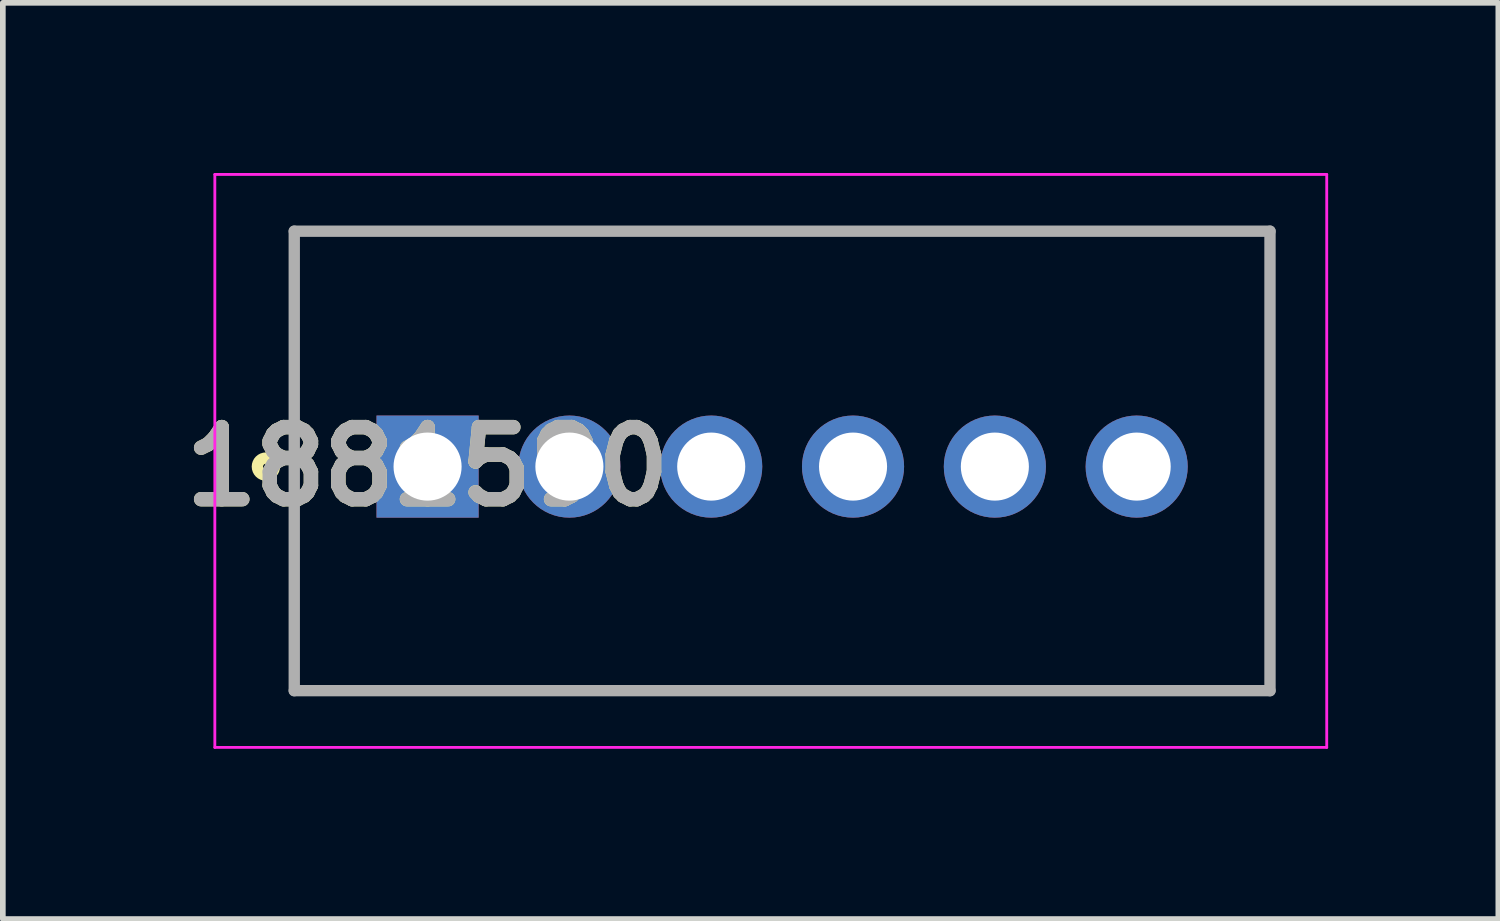
<source format=kicad_pcb>
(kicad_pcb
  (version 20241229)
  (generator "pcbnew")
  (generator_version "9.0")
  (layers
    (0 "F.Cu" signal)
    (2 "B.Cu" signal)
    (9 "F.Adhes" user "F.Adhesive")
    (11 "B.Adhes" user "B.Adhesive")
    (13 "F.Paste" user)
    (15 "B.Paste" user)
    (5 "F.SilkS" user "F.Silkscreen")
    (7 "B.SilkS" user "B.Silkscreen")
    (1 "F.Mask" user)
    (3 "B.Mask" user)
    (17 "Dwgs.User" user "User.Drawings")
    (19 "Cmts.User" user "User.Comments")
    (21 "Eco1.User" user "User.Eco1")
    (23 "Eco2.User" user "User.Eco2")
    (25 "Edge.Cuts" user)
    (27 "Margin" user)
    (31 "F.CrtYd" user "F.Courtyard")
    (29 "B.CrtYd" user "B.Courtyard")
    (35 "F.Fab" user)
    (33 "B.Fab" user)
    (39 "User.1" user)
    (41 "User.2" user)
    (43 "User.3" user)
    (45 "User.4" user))
  (footprint "1881590"
    (layer "F.Cu")
    (at 4.487 5.175)
    (property "Reference" "1881590" (at 0 0 0) (layer "F.SilkS") (effects (font (size 1.27 1.27) (thickness 0.254))))
    (attr through_hole)
    (fp_line (start -2.35 -4.15) (end 14.85 -4.15) (stroke (width 0.1) (type solid)) (layer "F.SilkS"))
    (fp_line (start -2.35 3.95) (end -2.35 -4.15) (stroke (width 0.1) (type solid)) (layer "F.SilkS"))
    (fp_line (start 14.85 -4.15) (end 14.85 3.95) (stroke (width 0.1) (type solid)) (layer "F.SilkS"))
    (fp_line (start 14.85 3.95) (end -2.35 3.95) (stroke (width 0.1) (type solid)) (layer "F.SilkS"))
    (fp_circle (center -2.85 0) (end -2.85 0.05) (stroke (width 0.2) (type solid)) (fill no) (layer "F.SilkS"))
    (fp_line (start -3.75 -5.15) (end 15.85 -5.15) (stroke (width 0.05) (type solid)) (layer "F.CrtYd"))
    (fp_line (start -3.75 4.95) (end -3.75 -5.15) (stroke (width 0.05) (type solid)) (layer "F.CrtYd"))
    (fp_line (start 15.85 -5.15) (end 15.85 4.95) (stroke (width 0.05) (type solid)) (layer "F.CrtYd"))
    (fp_line (start 15.85 4.95) (end -3.75 4.95) (stroke (width 0.05) (type solid)) (layer "F.CrtYd"))
    (fp_line (start -2.35 -4.15) (end 14.85 -4.15) (stroke (width 0.2) (type solid)) (layer "F.Fab"))
    (fp_line (start -2.35 3.95) (end -2.35 -4.15) (stroke (width 0.2) (type solid)) (layer "F.Fab"))
    (fp_line (start 14.85 -4.15) (end 14.85 3.95) (stroke (width 0.2) (type solid)) (layer "F.Fab"))
    (fp_line (start 14.85 3.95) (end -2.35 3.95) (stroke (width 0.2) (type solid)) (layer "F.Fab"))
    (fp_text user "${REFERENCE}" (at 0 0 0) (layer "F.Fab") (effects (font (size 1.27 1.27) (thickness 0.254))))
    (pad "1" thru_hole rect (at 0 0) (size 1.8 1.8) (drill 1.2) (layers "*.Cu" "*.Mask"))
    (pad "2" thru_hole circle (at 2.5 0) (size 1.8 1.8) (drill 1.2) (layers "*.Cu" "*.Mask"))
    (pad "3" thru_hole circle (at 5 0) (size 1.8 1.8) (drill 1.2) (layers "*.Cu" "*.Mask"))
    (pad "4" thru_hole circle (at 7.5 0) (size 1.8 1.8) (drill 1.2) (layers "*.Cu" "*.Mask"))
    (pad "5" thru_hole circle (at 10 0) (size 1.8 1.8) (drill 1.2) (layers "*.Cu" "*.Mask"))
    (pad "6" thru_hole circle (at 12.5 0) (size 1.8 1.8) (drill 1.2) (layers "*.Cu" "*.Mask")))
  (gr_rect
    (start -3 -3)
    (end 23.362 13.15)
    (stroke (width 0.1) (type default))
    (fill no)
    (layer "Edge.Cuts")))
</source>
